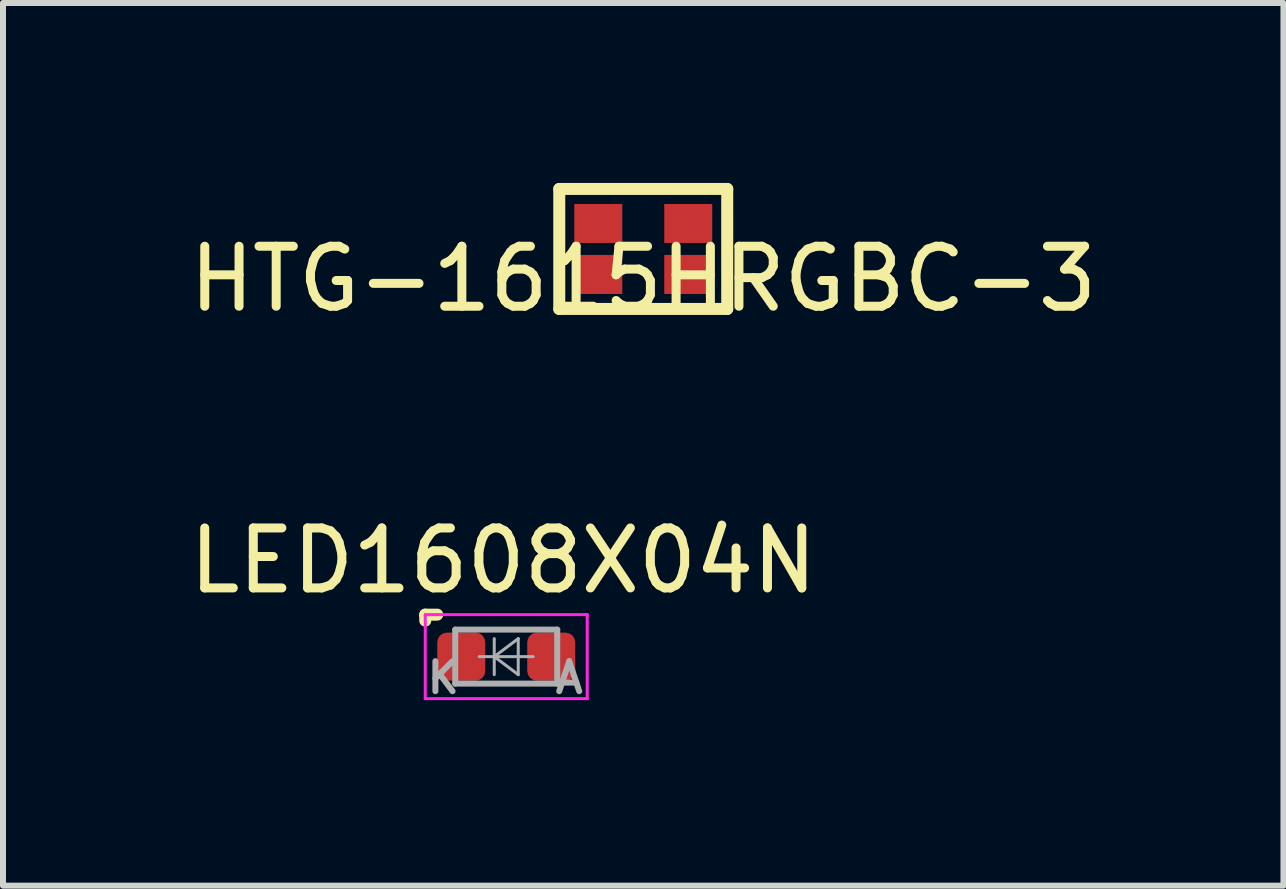
<source format=kicad_pcb>
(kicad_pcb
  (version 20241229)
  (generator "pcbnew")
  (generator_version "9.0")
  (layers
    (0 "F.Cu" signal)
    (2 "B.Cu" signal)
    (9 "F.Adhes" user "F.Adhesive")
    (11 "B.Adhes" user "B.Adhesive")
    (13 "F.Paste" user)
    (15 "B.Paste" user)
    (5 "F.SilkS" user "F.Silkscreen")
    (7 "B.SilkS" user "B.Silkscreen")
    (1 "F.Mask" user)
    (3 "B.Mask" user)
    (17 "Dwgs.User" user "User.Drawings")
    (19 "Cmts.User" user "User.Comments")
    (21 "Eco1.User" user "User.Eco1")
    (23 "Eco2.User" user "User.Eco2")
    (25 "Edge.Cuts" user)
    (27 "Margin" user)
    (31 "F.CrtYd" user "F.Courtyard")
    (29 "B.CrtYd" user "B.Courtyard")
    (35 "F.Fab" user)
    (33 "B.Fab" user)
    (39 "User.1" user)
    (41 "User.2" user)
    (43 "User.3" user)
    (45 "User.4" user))
  (footprint "HTG-1615HRGBC-3"
    (layer "F.Cu")
    (at 7.673 1.1)
    (property "Reference" "HTG-1615HRGBC-3" (at 0 0.5 0) (layer "F.SilkS") (effects (font (size 1 1) (thickness 0.15))))
    (attr through_hole)
    (fp_line (start -1.4 -1) (end -1.4 1) (stroke (width 0.2) (type solid)) (layer "F.SilkS"))
    (fp_line (start -1.4 1) (end 1.4 1) (stroke (width 0.2) (type solid)) (layer "F.SilkS"))
    (fp_line (start 1.4 -1) (end -1.4 -1) (stroke (width 0.2) (type solid)) (layer "F.SilkS"))
    (fp_line (start 1.4 1) (end 1.4 -1) (stroke (width 0.2) (type solid)) (layer "F.SilkS"))
    (pad "1" smd rect (at -0.75 -0.425) (size 0.8 0.65) (layers "F.Cu" "F.Mask" "F.Paste"))
    (pad "2" smd rect (at 0.75 -0.425) (size 0.8 0.65) (layers "F.Cu" "F.Mask" "F.Paste"))
    (pad "3" smd rect (at -0.75 0.425) (size 0.8 0.65) (layers "F.Cu" "F.Mask" "F.Paste"))
    (pad "4" smd rect (at 0.75 0.425) (size 0.8 0.65) (layers "F.Cu" "F.Mask" "F.Paste")))
  (footprint "LED1608X04N"
    (layer "F.Cu")
    (at 5.339 7.896)
    (property "Reference" "LED1608X04N" (at 0 -1.6 0) (layer "F.SilkS") (effects (font (size 1 1) (thickness 0.15))))
    (attr smd)
    (fp_line (start -1.3 -0.7) (end -1.3 -0.6) (stroke (width 0.2) (type solid)) (layer "F.SilkS"))
    (fp_line (start -1.3 -0.7) (end -1.1 -0.7) (stroke (width 0.2) (type solid)) (layer "F.SilkS"))
    (fp_line (start -1.3 -0.7) (end -1.3 0.7) (stroke (width 0.05) (type solid)) (layer "F.CrtYd"))
    (fp_line (start -1.3 0.7) (end 1.4 0.7) (stroke (width 0.05) (type solid)) (layer "F.CrtYd"))
    (fp_line (start 1.4 -0.7) (end -1.3 -0.7) (stroke (width 0.05) (type solid)) (layer "F.CrtYd"))
    (fp_line (start 1.4 0.7) (end 1.4 -0.7) (stroke (width 0.05) (type solid)) (layer "F.CrtYd"))
    (fp_line (start -0.8 -0.45) (end -0.8 0.45) (stroke (width 0.1) (type solid)) (layer "F.Fab"))
    (fp_line (start -0.8 0.45) (end 0.9 0.45) (stroke (width 0.1) (type solid)) (layer "F.Fab"))
    (fp_line (start -0.15 -0.3) (end -0.15 0.3) (stroke (width 0.05) (type solid)) (layer "F.Fab"))
    (fp_line (start -0.15 0) (end 0.25 -0.3) (stroke (width 0.05) (type solid)) (layer "F.Fab"))
    (fp_line (start 0.25 -0.3) (end 0.25 0.3) (stroke (width 0.05) (type solid)) (layer "F.Fab"))
    (fp_line (start 0.25 0.3) (end -0.15 0) (stroke (width 0.05) (type solid)) (layer "F.Fab"))
    (fp_line (start 0.5 0) (end -0.4 0) (stroke (width 0.05) (type solid)) (layer "F.Fab"))
    (fp_line (start 0.9 -0.45) (end -0.8 -0.45) (stroke (width 0.1) (type solid)) (layer "F.Fab"))
    (fp_line (start 0.9 0.45) (end 0.9 -0.45) (stroke (width 0.1) (type solid)) (layer "F.Fab"))
    (fp_text user "K" (at -1 0.35 0) (layer "F.Fab") (effects (font (size 0.5 0.5) (thickness 0.1))))
    (fp_text user "A" (at 1.1 0.35 0) (layer "F.Fab") (effects (font (size 0.5 0.5) (thickness 0.1))))
    (pad "1" smd roundrect (at -0.7 0) (size 0.8 0.8) (layers "F.Cu" "F.Mask" "F.Paste") (roundrect_rratio 0.2))
    (pad "2" smd roundrect (at 0.8 0) (size 0.8 0.8) (layers "F.Cu" "F.Mask" "F.Paste") (roundrect_rratio 0.2)))
  (gr_rect
    (start -3 -3)
    (end 18.345 11.714)
    (stroke (width 0.1) (type default))
    (fill no)
    (layer "Edge.Cuts")))
</source>
